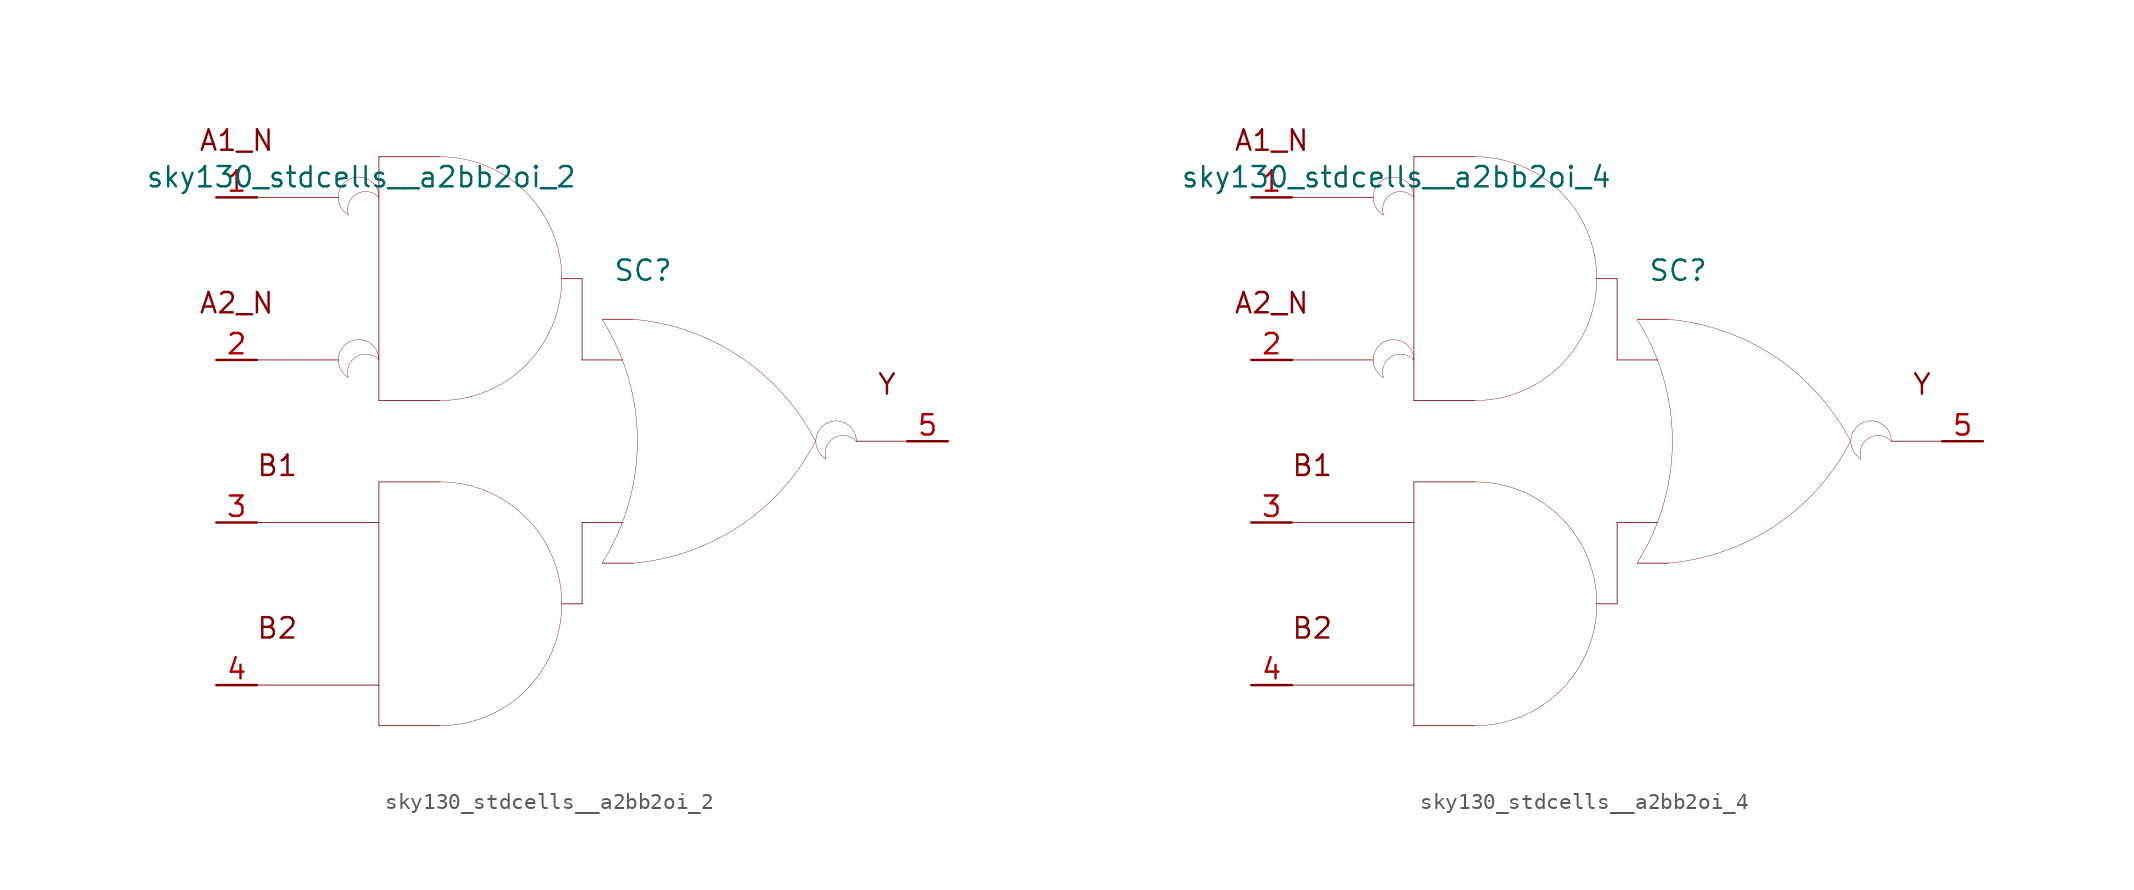
<source format=kicad_sym>
(kicad_symbol_lib
  (version 20211014)
  (generator kicad_symbol_editor)
  (symbol "sky130_stdcells__a2bb2oi_2"
    (pin_names hide)
    (property "Reference" "SC"
      (at 3.81 10.668 0)
      (effects (font (size 1.27 1.27))))
    (property "Value" "sky130_stdcells__a2bb2oi_2"
      (at -0.305 16.51 0)
      (effects (font (size 1.27 1.27)) (justify right)))
    (symbol "sky130_stdcells__a2bb2oi_2_0_0"
      (arc (start -14.605 6.1799) (mid -15.24 5.08) (end -14.605 3.9801) (stroke (width 0.0254) (type default) (color 0 0 0 0)) (fill (type none)))
      (arc (start -14.605 16.3399) (mid -15.24 15.24) (end -14.605 14.1401) (stroke (width 0.0254) (type default) (color 0 0 0 0)) (fill (type none)))
      (arc (start -12.7 5.08) (mid -14.5569 5.5543) (end -14.605 3.9801) (stroke (width 0.0254) (type default) (color 0 0 0 0)) (fill (type none)))
      (arc (start -12.7 5.08) (mid -13.335 6.1798) (end -14.605 6.1799) (stroke (width 0.0254) (type default) (color 0 0 0 0)) (fill (type none)))
      (arc (start -12.7 15.24) (mid -14.5569 15.7143) (end -14.605 14.1401) (stroke (width 0.0254) (type default) (color 0 0 0 0)) (fill (type none)))
      (arc (start -12.7 15.24) (mid -13.335 16.3398) (end -14.605 16.3399) (stroke (width 0.0254) (type default) (color 0 0 0 0)) (fill (type none)))
      (arc (start -8.89 -17.78) (mid -6.9178 -17.5204) (end -5.08 -16.7591) (stroke (width 0.0254) (type default) (color 0 0 0 0)) (fill (type none)))
      (arc (start -8.89 2.54) (mid -6.9178 2.7996) (end -5.08 3.5609) (stroke (width 0.0254) (type default) (color 0 0 0 0)) (fill (type none)))
      (arc (start -5.08 -16.7591) (mid -3.5019 -15.5481) (end -2.2909 -13.97) (stroke (width 0.0254) (type default) (color 0 0 0 0)) (fill (type none)))
      (arc (start -5.08 -3.5609) (mid -6.9178 -2.7997) (end -8.89 -2.54) (stroke (width 0.0254) (type default) (color 0 0 0 0)) (fill (type none)))
      (arc (start -5.08 3.5609) (mid -3.5019 4.7719) (end -2.2909 6.35) (stroke (width 0.0254) (type default) (color 0 0 0 0)) (fill (type none)))
      (arc (start -5.08 16.7591) (mid -6.9178 17.5203) (end -8.89 17.78) (stroke (width 0.0254) (type default) (color 0 0 0 0)) (fill (type none)))
      (arc (start -2.2909 -13.97) (mid -1.5297 -12.1322) (end -1.27 -10.16) (stroke (width 0.0254) (type default) (color 0 0 0 0)) (fill (type none)))
      (arc (start -2.2909 -6.35) (mid -3.5019 -4.7719) (end -5.08 -3.5609) (stroke (width 0.0254) (type default) (color 0 0 0 0)) (fill (type none)))
      (arc (start -2.2909 6.35) (mid -1.5297 8.1878) (end -1.27 10.16) (stroke (width 0.0254) (type default) (color 0 0 0 0)) (fill (type none)))
      (arc (start -2.2909 13.97) (mid -3.5019 15.5481) (end -5.08 16.7591) (stroke (width 0.0254) (type default) (color 0 0 0 0)) (fill (type none)))
      (arc (start -1.27 -10.16) (mid -1.5296 -8.1878) (end -2.2909 -6.35) (stroke (width 0.0254) (type default) (color 0 0 0 0)) (fill (type none)))
      (arc (start -1.27 10.16) (mid -1.5296 12.1322) (end -2.2909 13.97) (stroke (width 0.0254) (type default) (color 0 0 0 0)) (fill (type none)))
      (polyline (pts (xy -20.32 -15.24) (xy -12.7 -15.24)) (stroke (width 0.051) (type default) (color 0 0 0 0)) (fill (type none)))
      (polyline (pts (xy -20.32 -5.08) (xy -12.7 -5.08)) (stroke (width 0.051) (type default) (color 0 0 0 0)) (fill (type none)))
      (polyline (pts (xy -20.32 5.08) (xy -15.24 5.08)) (stroke (width 0.051) (type default) (color 0 0 0 0)) (fill (type none)))
      (polyline (pts (xy -20.32 15.24) (xy -15.24 15.24)) (stroke (width 0.051) (type default) (color 0 0 0 0)) (fill (type none)))
      (polyline (pts (xy -12.7 -17.78) (xy -8.89 -17.78)) (stroke (width 0.051) (type default) (color 0 0 0 0)) (fill (type none)))
      (polyline (pts (xy -12.7 -2.54) (xy -12.7 -17.78)) (stroke (width 0.051) (type default) (color 0 0 0 0)) (fill (type none)))
      (polyline (pts (xy -12.7 -2.54) (xy -8.89 -2.54)) (stroke (width 0.051) (type default) (color 0 0 0 0)) (fill (type none)))
      (polyline (pts (xy -12.7 2.54) (xy -8.89 2.54)) (stroke (width 0.051) (type default) (color 0 0 0 0)) (fill (type none)))
      (polyline (pts (xy -12.7 17.78) (xy -12.7 2.54)) (stroke (width 0.051) (type default) (color 0 0 0 0)) (fill (type none)))
      (polyline (pts (xy -12.7 17.78) (xy -8.89 17.78)) (stroke (width 0.051) (type default) (color 0 0 0 0)) (fill (type none)))
      (polyline (pts (xy -1.27 -10.16) (xy 0 -10.16)) (stroke (width 0.051) (type default) (color 0 0 0 0)) (fill (type none)))
      (polyline (pts (xy -1.27 10.16) (xy 0 10.16)) (stroke (width 0.051) (type default) (color 0 0 0 0)) (fill (type none)))
      (polyline (pts (xy 0 -5.08) (xy 0 -10.16)) (stroke (width 0.051) (type default) (color 0 0 0 0)) (fill (type none)))
      (polyline (pts (xy 0 -5.08) (xy 2.54 -5.08)) (stroke (width 0.051) (type default) (color 0 0 0 0)) (fill (type none)))
      (polyline (pts (xy 0 5.08) (xy 2.54 5.08)) (stroke (width 0.051) (type default) (color 0 0 0 0)) (fill (type none)))
      (polyline (pts (xy 0 10.16) (xy 0 5.08)) (stroke (width 0.051) (type default) (color 0 0 0 0)) (fill (type none)))
      (polyline (pts (xy 1.27 -7.62) (xy 3.175 -7.62)) (stroke (width 0.051) (type default) (color 0 0 0 0)) (fill (type none)))
      (polyline (pts (xy 1.27 7.62) (xy 3.175 7.62)) (stroke (width 0.051) (type default) (color 0 0 0 0)) (fill (type none)))
      (polyline (pts (xy 17.145 0) (xy 20.32 0)) (stroke (width 0.051) (type default) (color 0 0 0 0)) (fill (type none)))
      (arc (start 1.2495 -7.6142) (mid 1.907 -6.458) (end 2.4538 -5.2456) (stroke (width 0.0254) (type default) (color 0 0 0 0)) (fill (type none)))
      (arc (start 2.4538 -5.2456) (mid 2.8887 -3.9755) (end 3.202 -2.6701) (stroke (width 0.0254) (type default) (color 0 0 0 0)) (fill (type none)))
      (arc (start 2.472 5.1993) (mid 1.9238 6.4248) (end 1.2627 7.5932) (stroke (width 0.0254) (type default) (color 0 0 0 0)) (fill (type none)))
      (arc (start 3.1446 -7.6231) (mid 9.8386 -5.2986) (end 14.5755 -0.0284) (stroke (width 0.0254) (type default) (color 0 0 0 0)) (fill (type none)))
      (arc (start 3.202 -2.6701) (mid 3.3912 -1.341) (end 3.4544 0) (stroke (width 0.0254) (type default) (color 0 0 0 0)) (fill (type none)))
      (arc (start 3.2066 2.6456) (mid 2.8989 3.9396) (end 2.472 5.1993) (stroke (width 0.0254) (type default) (color 0 0 0 0)) (fill (type none)))
      (arc (start 3.4544 0) (mid 3.3923 1.3286) (end 3.2066 2.6456) (stroke (width 0.0254) (type default) (color 0 0 0 0)) (fill (type none)))
      (arc (start 14.5983 -0.0156) (mid 9.8798 5.271) (end 3.194 7.6189) (stroke (width 0.0254) (type default) (color 0 0 0 0)) (fill (type none)))
      (arc (start 15.24 1.0999) (mid 14.605 0) (end 15.24 -1.0999) (stroke (width 0.0254) (type default) (color 0 0 0 0)) (fill (type none)))
      (arc (start 17.145 0) (mid 15.2881 0.4743) (end 15.24 -1.0999) (stroke (width 0.0254) (type default) (color 0 0 0 0)) (fill (type none)))
      (arc (start 17.145 0) (mid 16.51 1.0998) (end 15.24 1.0999) (stroke (width 0.0254) (type default) (color 0 0 0 0)) (fill (type none)))
      (text "A1_N" (at -21.59 18.796 0) (effects (font (size 1.27 1.27))))
      (text "A2_N" (at -21.59 8.636 0) (effects (font (size 1.27 1.27))))
      (text "B1" (at -19.05 -1.524 0) (effects (font (size 1.27 1.27))))
      (text "B2" (at -19.05 -11.684 0) (effects (font (size 1.27 1.27))))
      (text "Y" (at 19.05 3.556 0) (effects (font (size 1.27 1.27)))))
    (symbol "sky130_stdcells__a2bb2oi_2_1_1"
      (pin input line (at -22.86 15.24 0) (length 2.54) (name "A1_N" (effects (font (size 1.092 1.092)))) (number "1" (effects (font (size 1.27 1.27)))))
      (pin input line (at -22.86 5.08 0) (length 2.54) (name "A2_N" (effects (font (size 1.092 1.092)))) (number "2" (effects (font (size 1.27 1.27)))))
      (pin input line (at -22.86 -5.08 0) (length 2.54) (name "B1" (effects (font (size 1.092 1.092)))) (number "3" (effects (font (size 1.27 1.27)))))
      (pin input line (at -22.86 -15.24 0) (length 2.54) (name "B2" (effects (font (size 1.092 1.092)))) (number "4" (effects (font (size 1.27 1.27)))))
      (pin output line (at 22.86 0 180) (length 2.54) (name "Y" (effects (font (size 1.092 1.092)))) (number "5" (effects (font (size 1.27 1.27)))))))
  (symbol "sky130_stdcells__a2bb2oi_4"
    (pin_names hide)
    (property "Reference" "SC"
      (at 3.81 10.668 0)
      (effects (font (size 1.27 1.27))))
    (property "Value" "sky130_stdcells__a2bb2oi_4"
      (at -0.305 16.51 0)
      (effects (font (size 1.27 1.27)) (justify right)))
    (symbol "sky130_stdcells__a2bb2oi_4_0_0"
      (arc (start -14.605 6.1799) (mid -15.24 5.08) (end -14.605 3.9801) (stroke (width 0.0254) (type default) (color 0 0 0 0)) (fill (type none)))
      (arc (start -14.605 16.3399) (mid -15.24 15.24) (end -14.605 14.1401) (stroke (width 0.0254) (type default) (color 0 0 0 0)) (fill (type none)))
      (arc (start -12.7 5.08) (mid -14.5569 5.5543) (end -14.605 3.9801) (stroke (width 0.0254) (type default) (color 0 0 0 0)) (fill (type none)))
      (arc (start -12.7 5.08) (mid -13.335 6.1798) (end -14.605 6.1799) (stroke (width 0.0254) (type default) (color 0 0 0 0)) (fill (type none)))
      (arc (start -12.7 15.24) (mid -14.5569 15.7143) (end -14.605 14.1401) (stroke (width 0.0254) (type default) (color 0 0 0 0)) (fill (type none)))
      (arc (start -12.7 15.24) (mid -13.335 16.3398) (end -14.605 16.3399) (stroke (width 0.0254) (type default) (color 0 0 0 0)) (fill (type none)))
      (arc (start -8.89 -17.78) (mid -6.9178 -17.5204) (end -5.08 -16.7591) (stroke (width 0.0254) (type default) (color 0 0 0 0)) (fill (type none)))
      (arc (start -8.89 2.54) (mid -6.9178 2.7996) (end -5.08 3.5609) (stroke (width 0.0254) (type default) (color 0 0 0 0)) (fill (type none)))
      (arc (start -5.08 -16.7591) (mid -3.5019 -15.5481) (end -2.2909 -13.97) (stroke (width 0.0254) (type default) (color 0 0 0 0)) (fill (type none)))
      (arc (start -5.08 -3.5609) (mid -6.9178 -2.7997) (end -8.89 -2.54) (stroke (width 0.0254) (type default) (color 0 0 0 0)) (fill (type none)))
      (arc (start -5.08 3.5609) (mid -3.5019 4.7719) (end -2.2909 6.35) (stroke (width 0.0254) (type default) (color 0 0 0 0)) (fill (type none)))
      (arc (start -5.08 16.7591) (mid -6.9178 17.5203) (end -8.89 17.78) (stroke (width 0.0254) (type default) (color 0 0 0 0)) (fill (type none)))
      (arc (start -2.2909 -13.97) (mid -1.5297 -12.1322) (end -1.27 -10.16) (stroke (width 0.0254) (type default) (color 0 0 0 0)) (fill (type none)))
      (arc (start -2.2909 -6.35) (mid -3.5019 -4.7719) (end -5.08 -3.5609) (stroke (width 0.0254) (type default) (color 0 0 0 0)) (fill (type none)))
      (arc (start -2.2909 6.35) (mid -1.5297 8.1878) (end -1.27 10.16) (stroke (width 0.0254) (type default) (color 0 0 0 0)) (fill (type none)))
      (arc (start -2.2909 13.97) (mid -3.5019 15.5481) (end -5.08 16.7591) (stroke (width 0.0254) (type default) (color 0 0 0 0)) (fill (type none)))
      (arc (start -1.27 -10.16) (mid -1.5296 -8.1878) (end -2.2909 -6.35) (stroke (width 0.0254) (type default) (color 0 0 0 0)) (fill (type none)))
      (arc (start -1.27 10.16) (mid -1.5296 12.1322) (end -2.2909 13.97) (stroke (width 0.0254) (type default) (color 0 0 0 0)) (fill (type none)))
      (polyline (pts (xy -20.32 -15.24) (xy -12.7 -15.24)) (stroke (width 0.051) (type default) (color 0 0 0 0)) (fill (type none)))
      (polyline (pts (xy -20.32 -5.08) (xy -12.7 -5.08)) (stroke (width 0.051) (type default) (color 0 0 0 0)) (fill (type none)))
      (polyline (pts (xy -20.32 5.08) (xy -15.24 5.08)) (stroke (width 0.051) (type default) (color 0 0 0 0)) (fill (type none)))
      (polyline (pts (xy -20.32 15.24) (xy -15.24 15.24)) (stroke (width 0.051) (type default) (color 0 0 0 0)) (fill (type none)))
      (polyline (pts (xy -12.7 -17.78) (xy -8.89 -17.78)) (stroke (width 0.051) (type default) (color 0 0 0 0)) (fill (type none)))
      (polyline (pts (xy -12.7 -2.54) (xy -12.7 -17.78)) (stroke (width 0.051) (type default) (color 0 0 0 0)) (fill (type none)))
      (polyline (pts (xy -12.7 -2.54) (xy -8.89 -2.54)) (stroke (width 0.051) (type default) (color 0 0 0 0)) (fill (type none)))
      (polyline (pts (xy -12.7 2.54) (xy -8.89 2.54)) (stroke (width 0.051) (type default) (color 0 0 0 0)) (fill (type none)))
      (polyline (pts (xy -12.7 17.78) (xy -12.7 2.54)) (stroke (width 0.051) (type default) (color 0 0 0 0)) (fill (type none)))
      (polyline (pts (xy -12.7 17.78) (xy -8.89 17.78)) (stroke (width 0.051) (type default) (color 0 0 0 0)) (fill (type none)))
      (polyline (pts (xy -1.27 -10.16) (xy 0 -10.16)) (stroke (width 0.051) (type default) (color 0 0 0 0)) (fill (type none)))
      (polyline (pts (xy -1.27 10.16) (xy 0 10.16)) (stroke (width 0.051) (type default) (color 0 0 0 0)) (fill (type none)))
      (polyline (pts (xy 0 -5.08) (xy 0 -10.16)) (stroke (width 0.051) (type default) (color 0 0 0 0)) (fill (type none)))
      (polyline (pts (xy 0 -5.08) (xy 2.54 -5.08)) (stroke (width 0.051) (type default) (color 0 0 0 0)) (fill (type none)))
      (polyline (pts (xy 0 5.08) (xy 2.54 5.08)) (stroke (width 0.051) (type default) (color 0 0 0 0)) (fill (type none)))
      (polyline (pts (xy 0 10.16) (xy 0 5.08)) (stroke (width 0.051) (type default) (color 0 0 0 0)) (fill (type none)))
      (polyline (pts (xy 1.27 -7.62) (xy 3.175 -7.62)) (stroke (width 0.051) (type default) (color 0 0 0 0)) (fill (type none)))
      (polyline (pts (xy 1.27 7.62) (xy 3.175 7.62)) (stroke (width 0.051) (type default) (color 0 0 0 0)) (fill (type none)))
      (polyline (pts (xy 17.145 0) (xy 20.32 0)) (stroke (width 0.051) (type default) (color 0 0 0 0)) (fill (type none)))
      (arc (start 1.2495 -7.6142) (mid 1.907 -6.458) (end 2.4538 -5.2456) (stroke (width 0.0254) (type default) (color 0 0 0 0)) (fill (type none)))
      (arc (start 2.4538 -5.2456) (mid 2.8887 -3.9755) (end 3.202 -2.6701) (stroke (width 0.0254) (type default) (color 0 0 0 0)) (fill (type none)))
      (arc (start 2.472 5.1993) (mid 1.9238 6.4248) (end 1.2627 7.5932) (stroke (width 0.0254) (type default) (color 0 0 0 0)) (fill (type none)))
      (arc (start 3.1446 -7.6231) (mid 9.8386 -5.2986) (end 14.5755 -0.0284) (stroke (width 0.0254) (type default) (color 0 0 0 0)) (fill (type none)))
      (arc (start 3.202 -2.6701) (mid 3.3912 -1.341) (end 3.4544 0) (stroke (width 0.0254) (type default) (color 0 0 0 0)) (fill (type none)))
      (arc (start 3.2066 2.6456) (mid 2.8989 3.9396) (end 2.472 5.1993) (stroke (width 0.0254) (type default) (color 0 0 0 0)) (fill (type none)))
      (arc (start 3.4544 0) (mid 3.3923 1.3286) (end 3.2066 2.6456) (stroke (width 0.0254) (type default) (color 0 0 0 0)) (fill (type none)))
      (arc (start 14.5983 -0.0156) (mid 9.8798 5.271) (end 3.194 7.6189) (stroke (width 0.0254) (type default) (color 0 0 0 0)) (fill (type none)))
      (arc (start 15.24 1.0999) (mid 14.605 0) (end 15.24 -1.0999) (stroke (width 0.0254) (type default) (color 0 0 0 0)) (fill (type none)))
      (arc (start 17.145 0) (mid 15.2881 0.4743) (end 15.24 -1.0999) (stroke (width 0.0254) (type default) (color 0 0 0 0)) (fill (type none)))
      (arc (start 17.145 0) (mid 16.51 1.0998) (end 15.24 1.0999) (stroke (width 0.0254) (type default) (color 0 0 0 0)) (fill (type none)))
      (text "A1_N" (at -21.59 18.796 0) (effects (font (size 1.27 1.27))))
      (text "A2_N" (at -21.59 8.636 0) (effects (font (size 1.27 1.27))))
      (text "B1" (at -19.05 -1.524 0) (effects (font (size 1.27 1.27))))
      (text "B2" (at -19.05 -11.684 0) (effects (font (size 1.27 1.27))))
      (text "Y" (at 19.05 3.556 0) (effects (font (size 1.27 1.27)))))
    (symbol "sky130_stdcells__a2bb2oi_4_1_1"
      (pin input line (at -22.86 15.24 0) (length 2.54) (name "A1_N" (effects (font (size 1.092 1.092)))) (number "1" (effects (font (size 1.27 1.27)))))
      (pin input line (at -22.86 5.08 0) (length 2.54) (name "A2_N" (effects (font (size 1.092 1.092)))) (number "2" (effects (font (size 1.27 1.27)))))
      (pin input line (at -22.86 -5.08 0) (length 2.54) (name "B1" (effects (font (size 1.092 1.092)))) (number "3" (effects (font (size 1.27 1.27)))))
      (pin input line (at -22.86 -15.24 0) (length 2.54) (name "B2" (effects (font (size 1.092 1.092)))) (number "4" (effects (font (size 1.27 1.27)))))
      (pin output line (at 22.86 0 180) (length 2.54) (name "Y" (effects (font (size 1.092 1.092)))) (number "5" (effects (font (size 1.27 1.27))))))))
</source>
